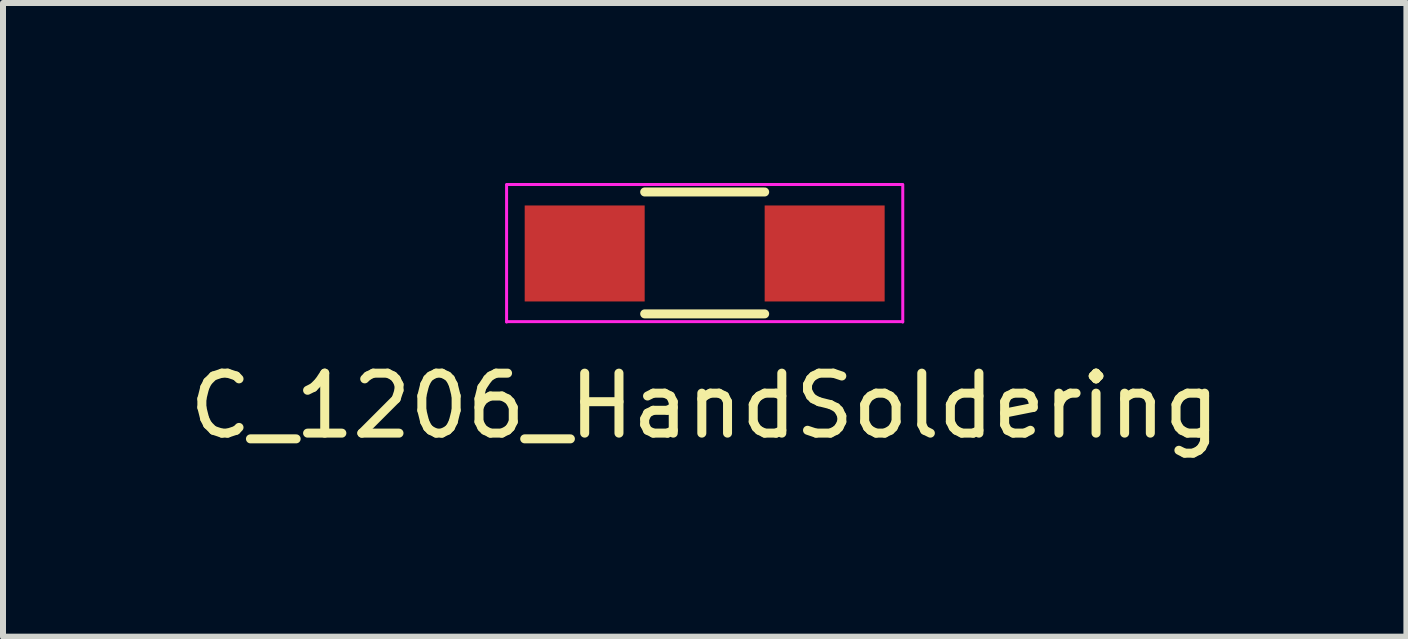
<source format=kicad_pcb>
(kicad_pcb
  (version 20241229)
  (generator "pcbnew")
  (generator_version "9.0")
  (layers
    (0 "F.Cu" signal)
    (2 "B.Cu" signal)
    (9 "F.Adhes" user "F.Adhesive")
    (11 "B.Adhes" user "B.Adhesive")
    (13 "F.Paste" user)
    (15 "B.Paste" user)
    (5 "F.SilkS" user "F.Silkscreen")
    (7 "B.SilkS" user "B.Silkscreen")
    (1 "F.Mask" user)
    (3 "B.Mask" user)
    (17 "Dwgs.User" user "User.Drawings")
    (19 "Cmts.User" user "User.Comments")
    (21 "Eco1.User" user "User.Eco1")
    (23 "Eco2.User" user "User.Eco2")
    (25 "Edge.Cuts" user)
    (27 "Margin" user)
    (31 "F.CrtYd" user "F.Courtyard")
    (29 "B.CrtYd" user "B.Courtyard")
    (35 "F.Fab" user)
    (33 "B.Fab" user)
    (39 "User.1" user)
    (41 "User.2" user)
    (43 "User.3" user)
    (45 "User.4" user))
  (footprint "C_1206_HandSoldering"
    (layer "F.Cu")
    (at 8.696 1.175)
    (property "Reference" "C_1206_HandSoldering" (at 0 2.54 0) (layer "F.SilkS") (effects (font (size 1 1) (thickness 0.15))))
    (attr smd)
    (fp_line (start 1 -1.025) (end -1 -1.025) (stroke (width 0.15) (type solid)) (layer "F.SilkS"))
    (fp_line (start 1 1.007) (end -1 1.007) (stroke (width 0.15) (type solid)) (layer "F.SilkS"))
    (fp_line (start -3.302 -1.143) (end -3.302 1.143) (stroke (width 0.05) (type solid)) (layer "F.CrtYd"))
    (fp_line (start -3.3 -1.15) (end 3.3 -1.15) (stroke (width 0.05) (type solid)) (layer "F.CrtYd"))
    (fp_line (start -3.3 1.136) (end 3.3 1.136) (stroke (width 0.05) (type solid)) (layer "F.CrtYd"))
    (fp_line (start 3.302 1.143) (end 3.302 -1.143) (stroke (width 0.05) (type solid)) (layer "F.CrtYd"))
    (pad "1" smd rect (at -2 0) (size 2 1.6) (layers "F.Cu" "F.Mask" "F.Paste"))
    (pad "2" smd rect (at 2 0) (size 2 1.6) (layers "F.Cu" "F.Mask" "F.Paste")))
  (gr_rect
    (start -3 -3)
    (end 20.393 7.563)
    (stroke (width 0.1) (type default))
    (fill no)
    (layer "Edge.Cuts")))
</source>
